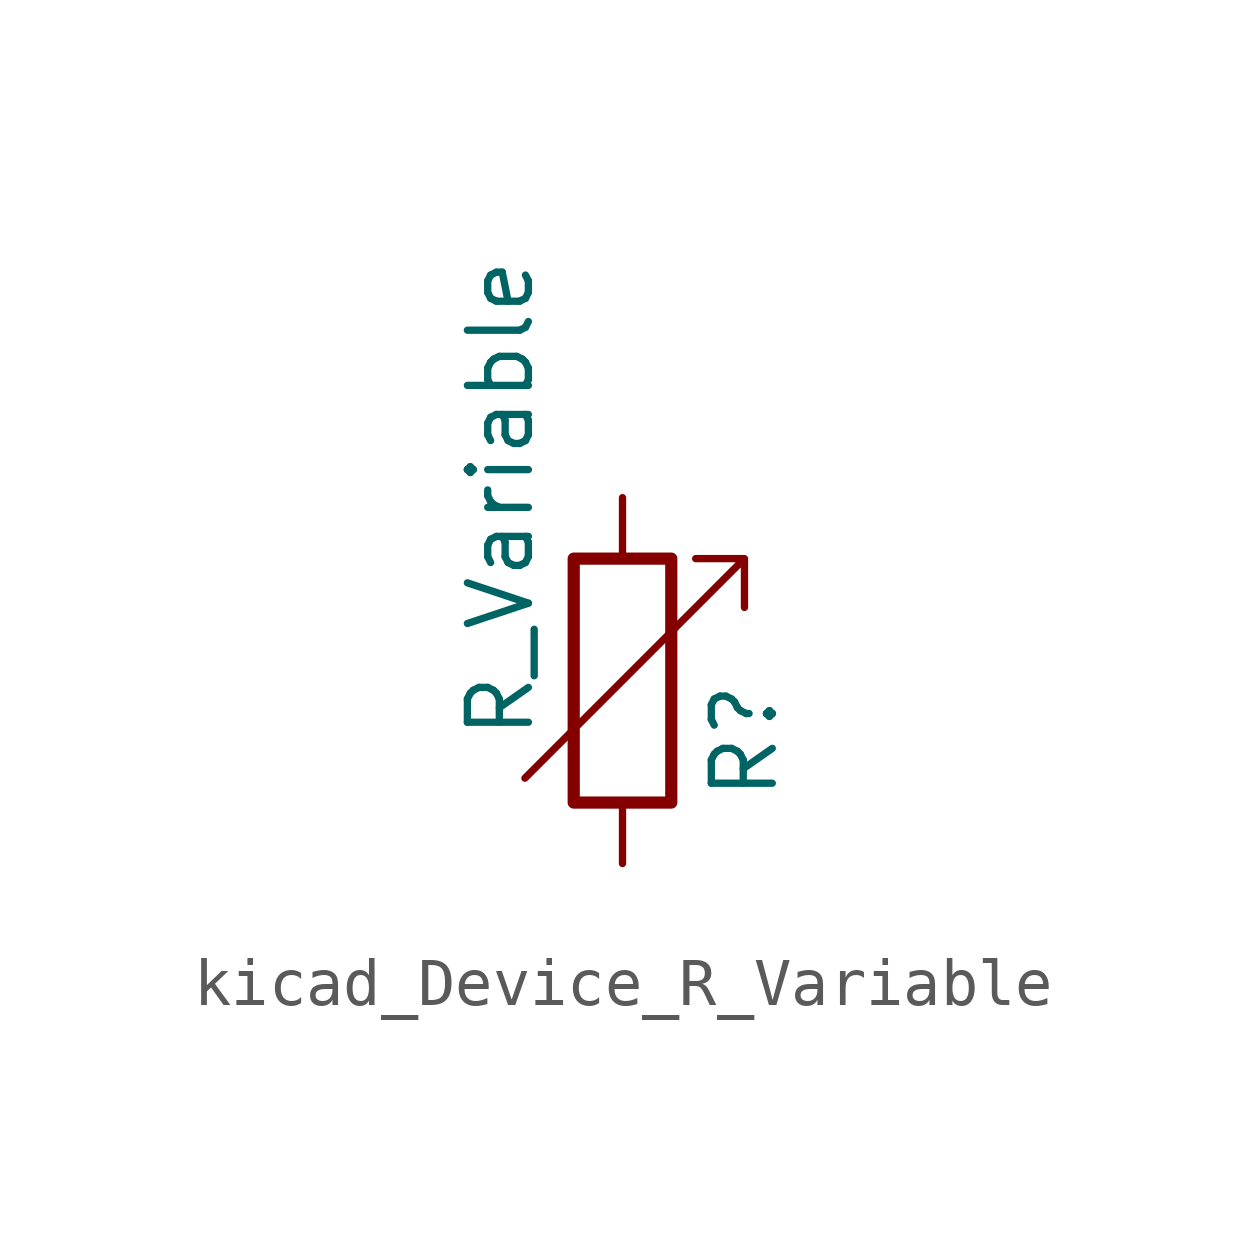
<source format=kicad_sym>
(kicad_symbol_lib
  (version 20220914)
  (generator kicad_symbol_editor)
  (symbol "kicad_Device_R_Variable"
    (pin_numbers hide)
    (pin_names
      (offset 0))
    (property "Reference" "R"
      (at 2.54 -2.54 90)
      (effects (font (size 1.27 1.27)) (justify left)))
    (property "Value" "R_Variable"
      (at -2.54 -1.27 90)
      (effects (font (size 1.27 1.27)) (justify left)))
    (symbol "kicad_Device_R_Variable_0_1"
      (rectangle (start -1.016 -2.54) (end 1.016 2.54) (stroke (width 0.254) (type default)) (fill (type none)))
      (polyline (pts (xy 2.54 1.524) (xy 2.54 2.54) (xy 1.524 2.54) (xy 2.54 2.54) (xy -2.032 -2.032)) (stroke (width 0) (type default)) (fill (type none))))
    (symbol "kicad_Device_R_Variable_1_1"
      (pin passive line (at 0 3.81 270) (length 1.27) (name "~" (effects (font (size 1.27 1.27)))) (number "1" (effects (font (size 1.27 1.27)))))
      (pin passive line (at 0 -3.81 90) (length 1.27) (name "~" (effects (font (size 1.27 1.27)))) (number "2" (effects (font (size 1.27 1.27))))))))
</source>
